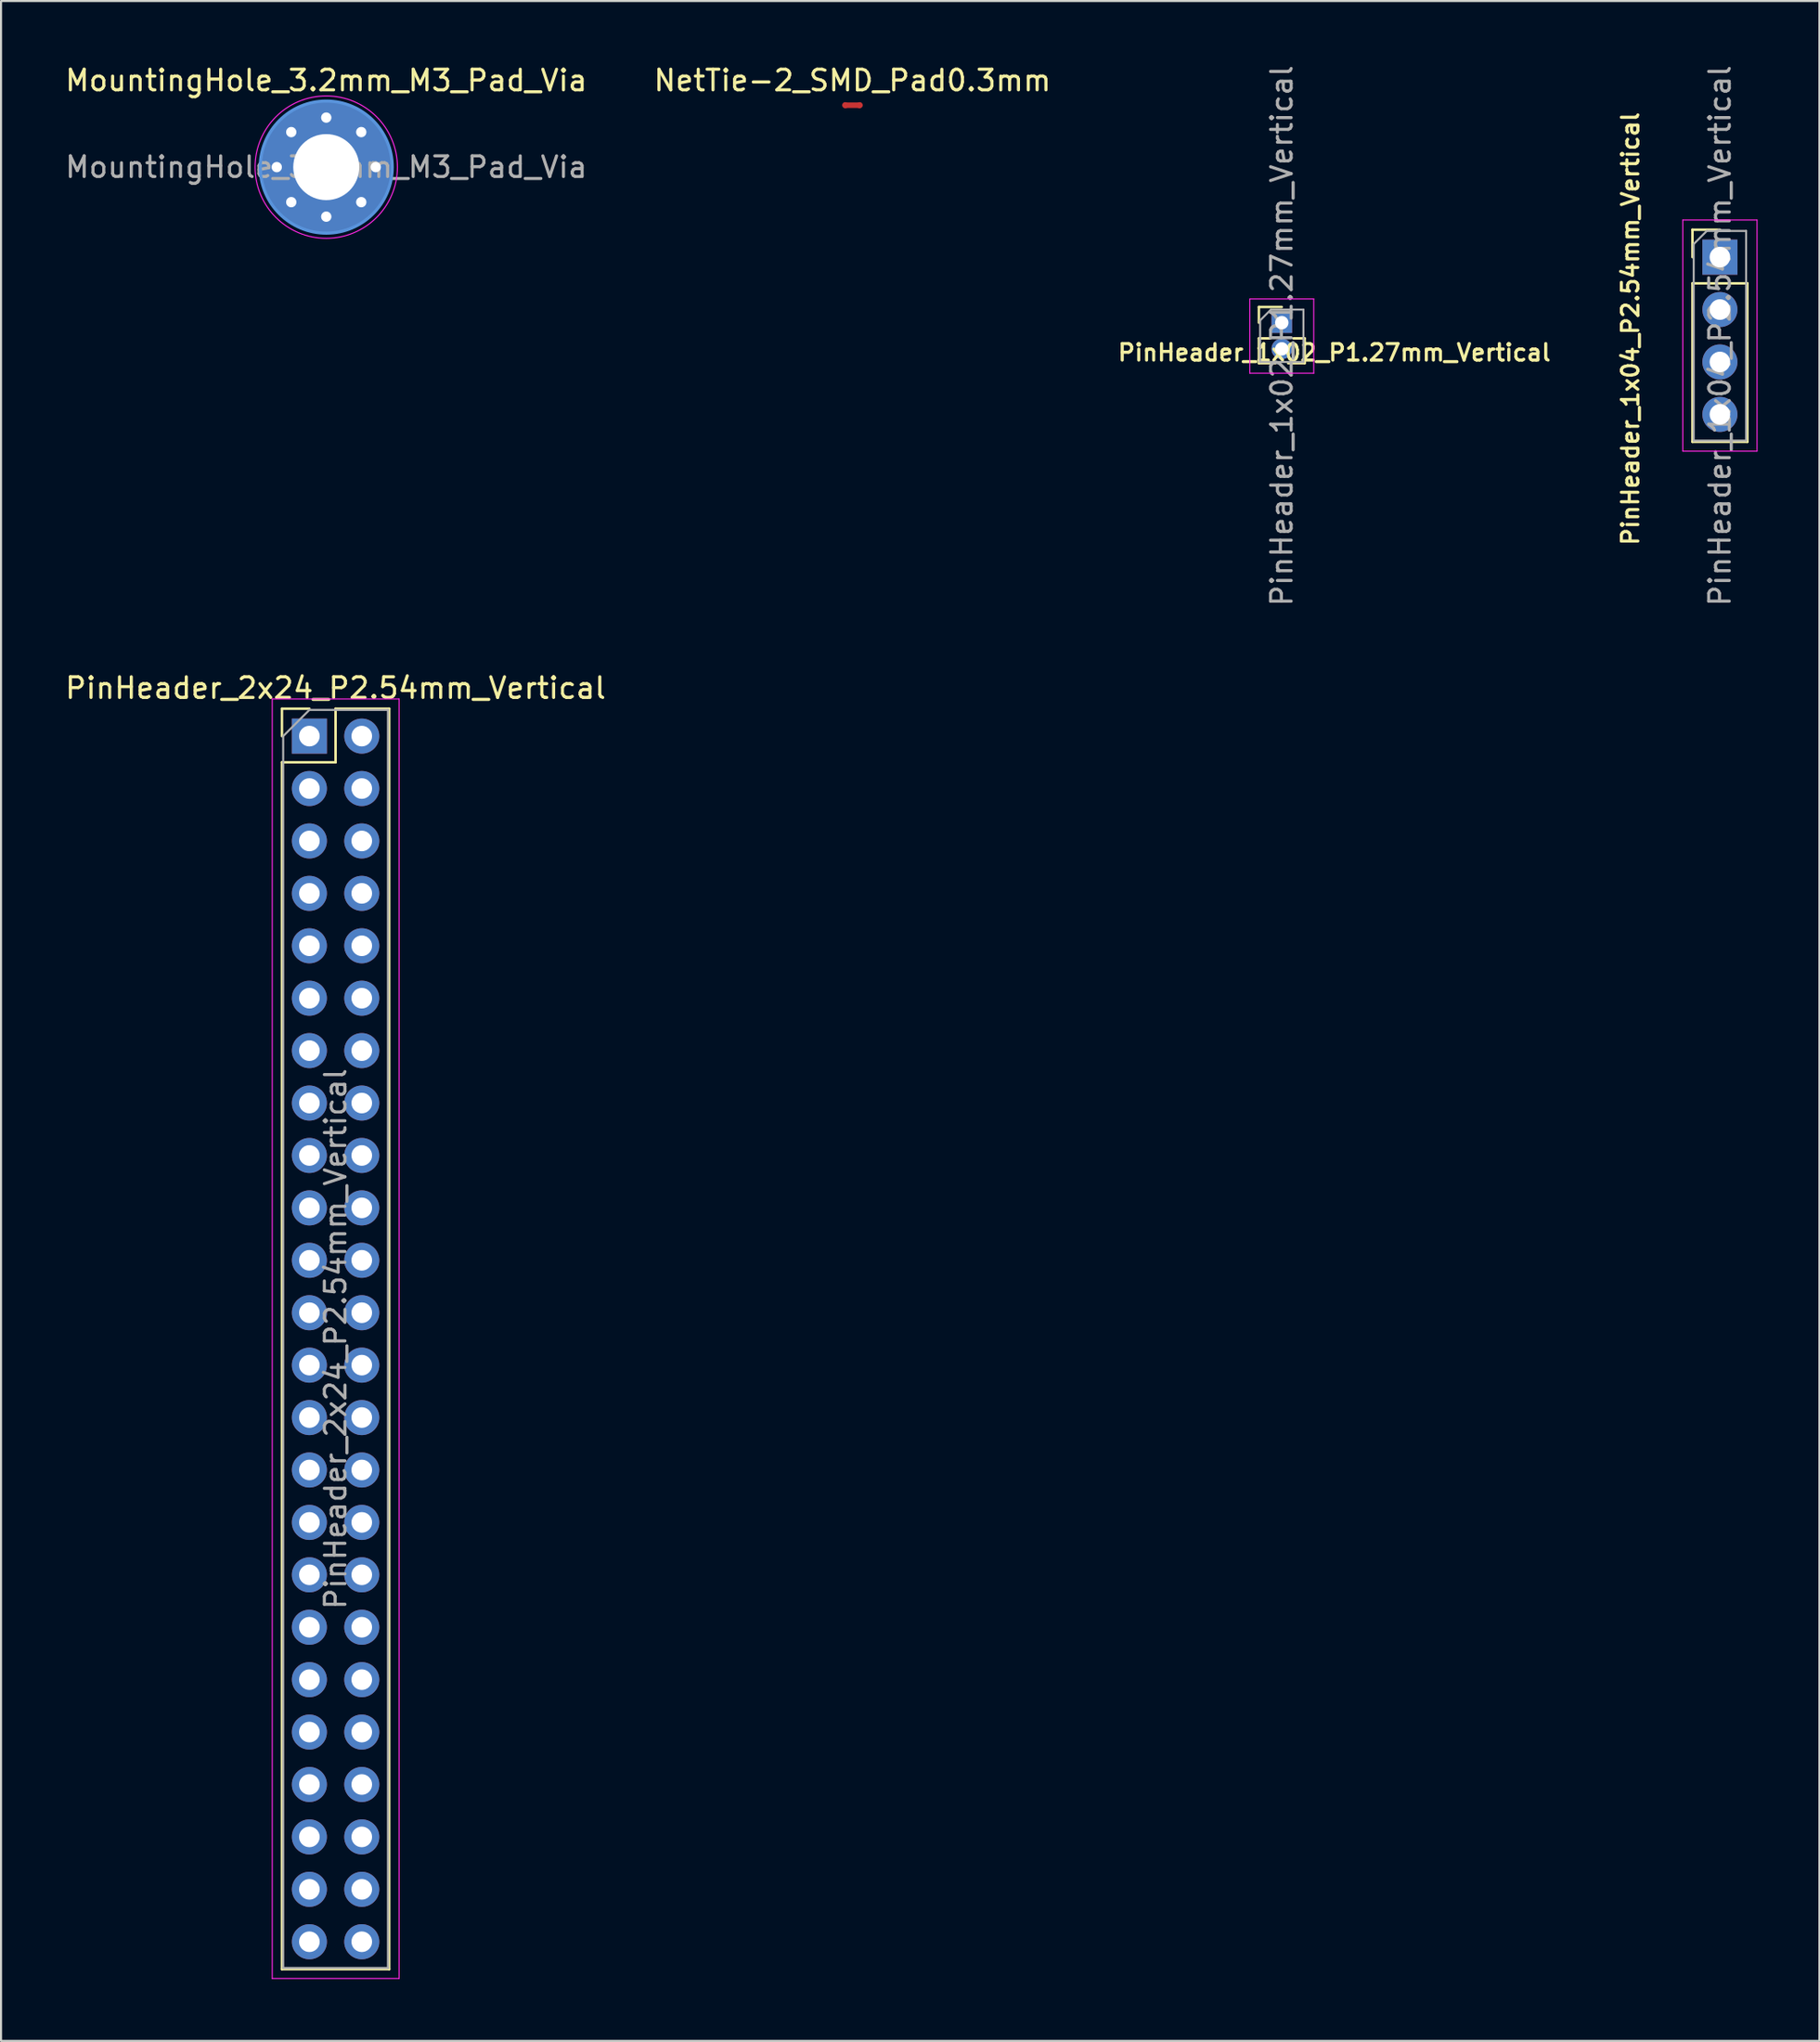
<source format=kicad_pcb>
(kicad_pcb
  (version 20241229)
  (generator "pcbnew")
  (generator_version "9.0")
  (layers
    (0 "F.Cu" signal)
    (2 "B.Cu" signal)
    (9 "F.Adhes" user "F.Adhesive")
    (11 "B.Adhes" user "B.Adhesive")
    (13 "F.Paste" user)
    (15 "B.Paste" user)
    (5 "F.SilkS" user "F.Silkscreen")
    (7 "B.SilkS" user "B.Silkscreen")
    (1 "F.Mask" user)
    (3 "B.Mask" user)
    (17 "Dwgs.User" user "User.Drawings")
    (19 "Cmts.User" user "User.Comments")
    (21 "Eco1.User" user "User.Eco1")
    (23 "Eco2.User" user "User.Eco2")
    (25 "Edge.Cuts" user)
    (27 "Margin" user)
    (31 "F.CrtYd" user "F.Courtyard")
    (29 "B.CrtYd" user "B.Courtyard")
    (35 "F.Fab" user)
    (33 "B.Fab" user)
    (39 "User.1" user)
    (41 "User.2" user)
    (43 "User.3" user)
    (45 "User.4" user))
  (footprint "PinHeader_2x24_P2.54mm_Vertical"
    (layer "F.Cu")
    (at 11.95 32.619)
    (property "Reference" "PinHeader_2x24_P2.54mm_Vertical" (at 1.27 -2.33 0) (layer "F.SilkS") (effects (font (size 1 1) (thickness 0.15))))
    (attr through_hole)
    (fp_line (start -1.33 -1.33) (end 0 -1.33) (stroke (width 0.12) (type solid)) (layer "F.SilkS"))
    (fp_line (start -1.33 0) (end -1.33 -1.33) (stroke (width 0.12) (type solid)) (layer "F.SilkS"))
    (fp_line (start -1.33 1.27) (end -1.33 59.75) (stroke (width 0.12) (type solid)) (layer "F.SilkS"))
    (fp_line (start -1.33 1.27) (end 1.27 1.27) (stroke (width 0.12) (type solid)) (layer "F.SilkS"))
    (fp_line (start -1.33 59.75) (end 3.87 59.75) (stroke (width 0.12) (type solid)) (layer "F.SilkS"))
    (fp_line (start 1.27 -1.33) (end 3.87 -1.33) (stroke (width 0.12) (type solid)) (layer "F.SilkS"))
    (fp_line (start 1.27 1.27) (end 1.27 -1.33) (stroke (width 0.12) (type solid)) (layer "F.SilkS"))
    (fp_line (start 3.87 -1.33) (end 3.87 59.75) (stroke (width 0.12) (type solid)) (layer "F.SilkS"))
    (fp_line (start -1.8 -1.8) (end -1.8 60.2) (stroke (width 0.05) (type solid)) (layer "F.CrtYd"))
    (fp_line (start -1.8 60.2) (end 4.35 60.2) (stroke (width 0.05) (type solid)) (layer "F.CrtYd"))
    (fp_line (start 4.35 -1.8) (end -1.8 -1.8) (stroke (width 0.05) (type solid)) (layer "F.CrtYd"))
    (fp_line (start 4.35 60.2) (end 4.35 -1.8) (stroke (width 0.05) (type solid)) (layer "F.CrtYd"))
    (fp_line (start -1.27 0) (end 0 -1.27) (stroke (width 0.1) (type solid)) (layer "F.Fab"))
    (fp_line (start -1.27 59.69) (end -1.27 0) (stroke (width 0.1) (type solid)) (layer "F.Fab"))
    (fp_line (start 0 -1.27) (end 3.81 -1.27) (stroke (width 0.1) (type solid)) (layer "F.Fab"))
    (fp_line (start 3.81 -1.27) (end 3.81 59.69) (stroke (width 0.1) (type solid)) (layer "F.Fab"))
    (fp_line (start 3.81 59.69) (end -1.27 59.69) (stroke (width 0.1) (type solid)) (layer "F.Fab"))
    (fp_text user "${REFERENCE}" (at 1.27 29.21 90) (layer "F.Fab") (effects (font (size 1 1) (thickness 0.15))))
    (pad "1" thru_hole rect (at 0 0) (size 1.7 1.7) (drill 1) (layers "*.Cu" "*.Mask"))
    (pad "2" thru_hole oval (at 2.54 0) (size 1.7 1.7) (drill 1) (layers "*.Cu" "*.Mask"))
    (pad "3" thru_hole oval (at 0 2.54) (size 1.7 1.7) (drill 1) (layers "*.Cu" "*.Mask"))
    (pad "4" thru_hole oval (at 2.54 2.54) (size 1.7 1.7) (drill 1) (layers "*.Cu" "*.Mask"))
    (pad "5" thru_hole oval (at 0 5.08) (size 1.7 1.7) (drill 1) (layers "*.Cu" "*.Mask"))
    (pad "6" thru_hole oval (at 2.54 5.08) (size 1.7 1.7) (drill 1) (layers "*.Cu" "*.Mask"))
    (pad "7" thru_hole oval (at 0 7.62) (size 1.7 1.7) (drill 1) (layers "*.Cu" "*.Mask"))
    (pad "8" thru_hole oval (at 2.54 7.62) (size 1.7 1.7) (drill 1) (layers "*.Cu" "*.Mask"))
    (pad "9" thru_hole oval (at 0 10.16) (size 1.7 1.7) (drill 1) (layers "*.Cu" "*.Mask"))
    (pad "10" thru_hole oval (at 2.54 10.16) (size 1.7 1.7) (drill 1) (layers "*.Cu" "*.Mask"))
    (pad "11" thru_hole oval (at 0 12.7) (size 1.7 1.7) (drill 1) (layers "*.Cu" "*.Mask"))
    (pad "12" thru_hole oval (at 2.54 12.7) (size 1.7 1.7) (drill 1) (layers "*.Cu" "*.Mask"))
    (pad "13" thru_hole oval (at 0 15.24) (size 1.7 1.7) (drill 1) (layers "*.Cu" "*.Mask"))
    (pad "14" thru_hole oval (at 2.54 15.24) (size 1.7 1.7) (drill 1) (layers "*.Cu" "*.Mask"))
    (pad "15" thru_hole oval (at 0 17.78) (size 1.7 1.7) (drill 1) (layers "*.Cu" "*.Mask"))
    (pad "16" thru_hole oval (at 2.54 17.78) (size 1.7 1.7) (drill 1) (layers "*.Cu" "*.Mask"))
    (pad "17" thru_hole oval (at 0 20.32) (size 1.7 1.7) (drill 1) (layers "*.Cu" "*.Mask"))
    (pad "18" thru_hole oval (at 2.54 20.32) (size 1.7 1.7) (drill 1) (layers "*.Cu" "*.Mask"))
    (pad "19" thru_hole oval (at 0 22.86) (size 1.7 1.7) (drill 1) (layers "*.Cu" "*.Mask"))
    (pad "20" thru_hole oval (at 2.54 22.86) (size 1.7 1.7) (drill 1) (layers "*.Cu" "*.Mask"))
    (pad "21" thru_hole oval (at 0 25.4) (size 1.7 1.7) (drill 1) (layers "*.Cu" "*.Mask"))
    (pad "22" thru_hole oval (at 2.54 25.4) (size 1.7 1.7) (drill 1) (layers "*.Cu" "*.Mask"))
    (pad "23" thru_hole oval (at 0 27.94) (size 1.7 1.7) (drill 1) (layers "*.Cu" "*.Mask"))
    (pad "24" thru_hole oval (at 2.54 27.94) (size 1.7 1.7) (drill 1) (layers "*.Cu" "*.Mask"))
    (pad "25" thru_hole oval (at 0 30.48) (size 1.7 1.7) (drill 1) (layers "*.Cu" "*.Mask"))
    (pad "26" thru_hole oval (at 2.54 30.48) (size 1.7 1.7) (drill 1) (layers "*.Cu" "*.Mask"))
    (pad "27" thru_hole oval (at 0 33.02) (size 1.7 1.7) (drill 1) (layers "*.Cu" "*.Mask"))
    (pad "28" thru_hole oval (at 2.54 33.02) (size 1.7 1.7) (drill 1) (layers "*.Cu" "*.Mask"))
    (pad "29" thru_hole oval (at 0 35.56) (size 1.7 1.7) (drill 1) (layers "*.Cu" "*.Mask"))
    (pad "30" thru_hole oval (at 2.54 35.56) (size 1.7 1.7) (drill 1) (layers "*.Cu" "*.Mask"))
    (pad "31" thru_hole oval (at 0 38.1) (size 1.7 1.7) (drill 1) (layers "*.Cu" "*.Mask"))
    (pad "32" thru_hole oval (at 2.54 38.1) (size 1.7 1.7) (drill 1) (layers "*.Cu" "*.Mask"))
    (pad "33" thru_hole oval (at 0 40.64) (size 1.7 1.7) (drill 1) (layers "*.Cu" "*.Mask"))
    (pad "34" thru_hole oval (at 2.54 40.64) (size 1.7 1.7) (drill 1) (layers "*.Cu" "*.Mask"))
    (pad "35" thru_hole oval (at 0 43.18) (size 1.7 1.7) (drill 1) (layers "*.Cu" "*.Mask"))
    (pad "36" thru_hole oval (at 2.54 43.18) (size 1.7 1.7) (drill 1) (layers "*.Cu" "*.Mask"))
    (pad "37" thru_hole oval (at 0 45.72) (size 1.7 1.7) (drill 1) (layers "*.Cu" "*.Mask"))
    (pad "38" thru_hole oval (at 2.54 45.72) (size 1.7 1.7) (drill 1) (layers "*.Cu" "*.Mask"))
    (pad "39" thru_hole oval (at 0 48.26) (size 1.7 1.7) (drill 1) (layers "*.Cu" "*.Mask"))
    (pad "40" thru_hole oval (at 2.54 48.26) (size 1.7 1.7) (drill 1) (layers "*.Cu" "*.Mask"))
    (pad "41" thru_hole oval (at 0 50.8) (size 1.7 1.7) (drill 1) (layers "*.Cu" "*.Mask"))
    (pad "42" thru_hole oval (at 2.54 50.8) (size 1.7 1.7) (drill 1) (layers "*.Cu" "*.Mask"))
    (pad "43" thru_hole oval (at 0 53.34) (size 1.7 1.7) (drill 1) (layers "*.Cu" "*.Mask"))
    (pad "44" thru_hole oval (at 2.54 53.34) (size 1.7 1.7) (drill 1) (layers "*.Cu" "*.Mask"))
    (pad "45" thru_hole oval (at 0 55.88) (size 1.7 1.7) (drill 1) (layers "*.Cu" "*.Mask"))
    (pad "46" thru_hole oval (at 2.54 55.88) (size 1.7 1.7) (drill 1) (layers "*.Cu" "*.Mask"))
    (pad "47" thru_hole oval (at 0 58.42) (size 1.7 1.7) (drill 1) (layers "*.Cu" "*.Mask"))
    (pad "48" thru_hole oval (at 2.54 58.42) (size 1.7 1.7) (drill 1) (layers "*.Cu" "*.Mask")))
  (footprint "PinHeader_1x04_P2.54mm_Vertical"
    (layer "F.Cu")
    (at 80.337 9.41)
    (property "Reference" "PinHeader_1x04_P2.54mm_Vertical" (at -4.34 3.47 90) (layer "F.SilkS") (effects (font (size 0.8 0.8) (thickness 0.15))))
    (attr through_hole)
    (fp_line (start -1.33 -1.33) (end 0 -1.33) (stroke (width 0.12) (type solid)) (layer "F.SilkS"))
    (fp_line (start -1.33 0) (end -1.33 -1.33) (stroke (width 0.12) (type solid)) (layer "F.SilkS"))
    (fp_line (start -1.33 1.27) (end -1.33 8.95) (stroke (width 0.12) (type solid)) (layer "F.SilkS"))
    (fp_line (start -1.33 1.27) (end 1.33 1.27) (stroke (width 0.12) (type solid)) (layer "F.SilkS"))
    (fp_line (start -1.33 8.95) (end 1.33 8.95) (stroke (width 0.12) (type solid)) (layer "F.SilkS"))
    (fp_line (start 1.33 1.27) (end 1.33 8.95) (stroke (width 0.12) (type solid)) (layer "F.SilkS"))
    (fp_line (start -1.8 -1.8) (end -1.8 9.4) (stroke (width 0.05) (type solid)) (layer "F.CrtYd"))
    (fp_line (start -1.8 9.4) (end 1.8 9.4) (stroke (width 0.05) (type solid)) (layer "F.CrtYd"))
    (fp_line (start 1.8 -1.8) (end -1.8 -1.8) (stroke (width 0.05) (type solid)) (layer "F.CrtYd"))
    (fp_line (start 1.8 9.4) (end 1.8 -1.8) (stroke (width 0.05) (type solid)) (layer "F.CrtYd"))
    (fp_line (start -1.27 -0.635) (end -0.635 -1.27) (stroke (width 0.1) (type solid)) (layer "F.Fab"))
    (fp_line (start -1.27 8.89) (end -1.27 -0.635) (stroke (width 0.1) (type solid)) (layer "F.Fab"))
    (fp_line (start -0.635 -1.27) (end 1.27 -1.27) (stroke (width 0.1) (type solid)) (layer "F.Fab"))
    (fp_line (start 1.27 -1.27) (end 1.27 8.89) (stroke (width 0.1) (type solid)) (layer "F.Fab"))
    (fp_line (start 1.27 8.89) (end -1.27 8.89) (stroke (width 0.1) (type solid)) (layer "F.Fab"))
    (fp_text user "${REFERENCE}" (at 0 3.81 90) (layer "F.Fab") (effects (font (size 1 1) (thickness 0.15))))
    (pad "1" thru_hole rect (at 0 0) (size 1.7 1.7) (drill 1) (layers "*.Cu" "*.Mask"))
    (pad "2" thru_hole oval (at 0 2.54) (size 1.7 1.7) (drill 1) (layers "*.Cu" "*.Mask"))
    (pad "3" thru_hole oval (at 0 5.08) (size 1.7 1.7) (drill 1) (layers "*.Cu" "*.Mask"))
    (pad "4" thru_hole oval (at 0 7.62) (size 1.7 1.7) (drill 1) (layers "*.Cu" "*.Mask")))
  (footprint "MountingHole_3.2mm_M3_Pad_Via"
    (layer "F.Cu")
    (at 12.768 5.048)
    (property "Reference" "MountingHole_3.2mm_M3_Pad_Via" (at 0 -4.2 0) (layer "F.SilkS") (effects (font (size 1 1) (thickness 0.15))))
    (attr exclude_from_pos_files)
    (fp_circle (center 0 0) (end 3.2 0) (stroke (width 0.15) (type solid)) (fill no) (layer "Cmts.User"))
    (fp_circle (center 0 0) (end 3.45 0) (stroke (width 0.05) (type solid)) (fill no) (layer "F.CrtYd"))
    (fp_text user "${REFERENCE}" (at 0 0 0) (layer "F.Fab") (effects (font (size 1 1) (thickness 0.15))))
    (pad "1" thru_hole circle (at -2.4 0) (size 0.8 0.8) (drill 0.5) (layers "*.Cu" "*.Mask"))
    (pad "1" thru_hole circle (at -1.697 -1.697) (size 0.8 0.8) (drill 0.5) (layers "*.Cu" "*.Mask"))
    (pad "1" thru_hole circle (at -1.697 1.697) (size 0.8 0.8) (drill 0.5) (layers "*.Cu" "*.Mask"))
    (pad "1" thru_hole circle (at 0 -2.4) (size 0.8 0.8) (drill 0.5) (layers "*.Cu" "*.Mask"))
    (pad "1" thru_hole circle (at 0 0) (size 6.4 6.4) (drill 3.2) (layers "*.Cu" "*.Mask"))
    (pad "1" thru_hole circle (at 0 2.4) (size 0.8 0.8) (drill 0.5) (layers "*.Cu" "*.Mask"))
    (pad "1" thru_hole circle (at 1.697 -1.697) (size 0.8 0.8) (drill 0.5) (layers "*.Cu" "*.Mask"))
    (pad "1" thru_hole circle (at 1.697 1.697) (size 0.8 0.8) (drill 0.5) (layers "*.Cu" "*.Mask"))
    (pad "1" thru_hole circle (at 2.4 0) (size 0.8 0.8) (drill 0.5) (layers "*.Cu" "*.Mask")))
  (footprint "NetTie-2_SMD_Pad0.3mm"
    (layer "F.Cu")
    (at 38.28 2.048)
    (property "Reference" "NetTie-2_SMD_Pad0.3mm" (at 0 -1.2 0) (layer "F.SilkS") (effects (font (size 1 1) (thickness 0.15))))
    (attr exclude_from_pos_files exclude_from_bom allow_missing_courtyard)
    (fp_rect (start -0.365 -0.13) (end 0.365 0.13) (stroke (width 0.01) (type solid)) (fill yes) (layer "F.Cu"))
    (pad "1" smd circle (at -0.35 0) (size 0.3 0.3) (layers "F.Cu"))
    (pad "2" smd circle (at 0.35 0) (size 0.3 0.3) (layers "F.Cu")))
  (footprint "PinHeader_1x02_P1.27mm_Vertical"
    (layer "F.Cu")
    (at 59.095 12.585)
    (property "Reference" "PinHeader_1x02_P1.27mm_Vertical" (at 2.55 1.45 0) (layer "F.SilkS") (effects (font (size 0.8 0.8) (thickness 0.15))))
    (attr through_hole)
    (fp_line (start -1.11 -0.76) (end 0 -0.76) (stroke (width 0.12) (type solid)) (layer "F.SilkS"))
    (fp_line (start -1.11 0) (end -1.11 -0.76) (stroke (width 0.12) (type solid)) (layer "F.SilkS"))
    (fp_line (start -1.11 0.76) (end -1.11 1.965) (stroke (width 0.12) (type solid)) (layer "F.SilkS"))
    (fp_line (start -1.11 0.76) (end -0.563 0.76) (stroke (width 0.12) (type solid)) (layer "F.SilkS"))
    (fp_line (start -1.11 1.965) (end -0.308 1.965) (stroke (width 0.12) (type solid)) (layer "F.SilkS"))
    (fp_line (start 0.308 1.965) (end 1.11 1.965) (stroke (width 0.12) (type solid)) (layer "F.SilkS"))
    (fp_line (start 0.563 0.76) (end 1.11 0.76) (stroke (width 0.12) (type solid)) (layer "F.SilkS"))
    (fp_line (start 1.11 0.76) (end 1.11 1.965) (stroke (width 0.12) (type solid)) (layer "F.SilkS"))
    (fp_line (start -1.55 -1.15) (end -1.55 2.45) (stroke (width 0.05) (type solid)) (layer "F.CrtYd"))
    (fp_line (start -1.55 2.45) (end 1.55 2.45) (stroke (width 0.05) (type solid)) (layer "F.CrtYd"))
    (fp_line (start 1.55 -1.15) (end -1.55 -1.15) (stroke (width 0.05) (type solid)) (layer "F.CrtYd"))
    (fp_line (start 1.55 2.45) (end 1.55 -1.15) (stroke (width 0.05) (type solid)) (layer "F.CrtYd"))
    (fp_line (start -1.05 -0.11) (end -0.525 -0.635) (stroke (width 0.1) (type solid)) (layer "F.Fab"))
    (fp_line (start -1.05 1.905) (end -1.05 -0.11) (stroke (width 0.1) (type solid)) (layer "F.Fab"))
    (fp_line (start -0.525 -0.635) (end 1.05 -0.635) (stroke (width 0.1) (type solid)) (layer "F.Fab"))
    (fp_line (start 1.05 -0.635) (end 1.05 1.905) (stroke (width 0.1) (type solid)) (layer "F.Fab"))
    (fp_line (start 1.05 1.905) (end -1.05 1.905) (stroke (width 0.1) (type solid)) (layer "F.Fab"))
    (fp_text user "${REFERENCE}" (at 0 0.635 90) (layer "F.Fab") (effects (font (size 1 1) (thickness 0.15))))
    (pad "1" thru_hole rect (at 0 0) (size 1 1) (drill 0.65) (layers "*.Cu" "*.Mask"))
    (pad "2" thru_hole oval (at 0 1.27) (size 1 1) (drill 0.65) (layers "*.Cu" "*.Mask")))
  (gr_rect
    (start -3 -3)
    (end 85.162 95.844)
    (stroke (width 0.1) (type default))
    (fill no)
    (layer "Edge.Cuts")))
</source>
